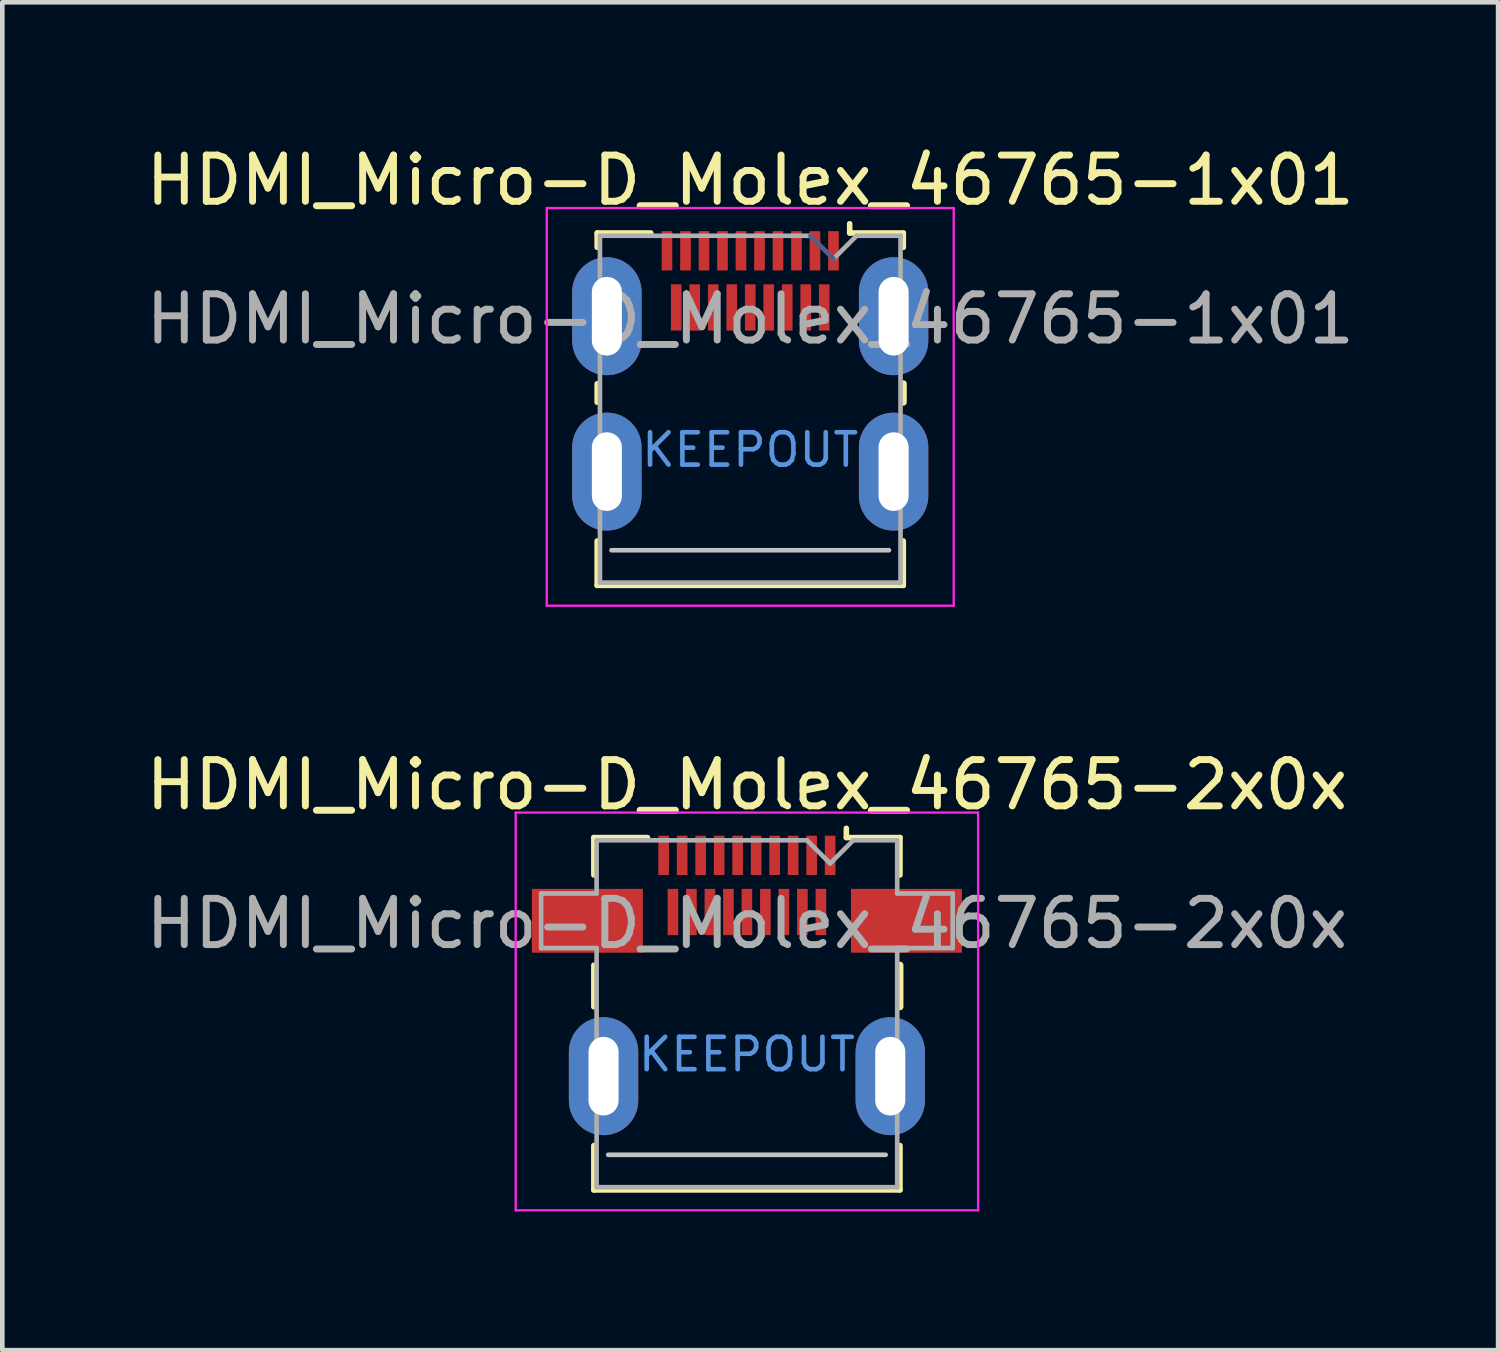
<source format=kicad_pcb>
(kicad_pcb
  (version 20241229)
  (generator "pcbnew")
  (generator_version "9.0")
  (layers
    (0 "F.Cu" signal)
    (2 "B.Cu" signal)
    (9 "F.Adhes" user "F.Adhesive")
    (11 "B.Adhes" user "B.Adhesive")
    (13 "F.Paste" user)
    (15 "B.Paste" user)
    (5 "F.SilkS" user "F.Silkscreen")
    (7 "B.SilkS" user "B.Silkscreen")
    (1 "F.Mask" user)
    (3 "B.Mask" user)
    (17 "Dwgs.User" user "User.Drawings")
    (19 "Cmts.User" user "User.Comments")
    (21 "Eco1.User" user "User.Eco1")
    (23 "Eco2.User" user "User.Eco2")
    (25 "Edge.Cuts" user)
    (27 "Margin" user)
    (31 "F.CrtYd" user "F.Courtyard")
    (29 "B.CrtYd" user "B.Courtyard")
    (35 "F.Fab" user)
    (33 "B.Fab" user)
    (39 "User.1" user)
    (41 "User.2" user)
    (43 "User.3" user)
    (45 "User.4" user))
  (footprint "HDMI_Micro-D_Molex_46765-2x0x"
    (layer "F.Cu")
    (at 13.101 20.221)
    (property "Reference" "HDMI_Micro-D_Molex_46765-2x0x" (at 0 -6.3 0) (layer "F.SilkS") (effects (font (size 1 1) (thickness 0.15))))
    (attr smd)
    (fp_line (start -3.31 -5.16) (end -2.15 -5.16) (stroke (width 0.12) (type solid)) (layer "F.SilkS"))
    (fp_line (start -3.31 -4.35) (end -3.31 -5.16) (stroke (width 0.12) (type solid)) (layer "F.SilkS"))
    (fp_line (start -3.31 -1.5) (end -3.31 -2.4) (stroke (width 0.12) (type solid)) (layer "F.SilkS"))
    (fp_line (start -3.31 2.46) (end -3.31 1.5) (stroke (width 0.12) (type solid)) (layer "F.SilkS"))
    (fp_line (start -3.31 2.46) (end 3.31 2.46) (stroke (width 0.12) (type solid)) (layer "F.SilkS"))
    (fp_line (start 2.15 -5.16) (end 2.15 -5.36) (stroke (width 0.12) (type solid)) (layer "F.SilkS"))
    (fp_line (start 2.15 -5.16) (end 3.31 -5.16) (stroke (width 0.12) (type solid)) (layer "F.SilkS"))
    (fp_line (start 3.31 -5.16) (end 3.31 -4.35) (stroke (width 0.12) (type solid)) (layer "F.SilkS"))
    (fp_line (start 3.31 -2.4) (end 3.31 -1.5) (stroke (width 0.15) (type solid)) (layer "F.SilkS"))
    (fp_line (start 3.31 1.5) (end 3.31 2.46) (stroke (width 0.12) (type solid)) (layer "F.SilkS"))
    (fp_line (start -3 1.7) (end 3 1.7) (stroke (width 0.1) (type solid)) (layer "Dwgs.User"))
    (fp_line (start -5 -5.7) (end -5 2.9) (stroke (width 0.05) (type solid)) (layer "F.CrtYd"))
    (fp_line (start -5 2.9) (end 5 2.9) (stroke (width 0.05) (type solid)) (layer "F.CrtYd"))
    (fp_line (start 5 -5.7) (end -5 -5.7) (stroke (width 0.05) (type solid)) (layer "F.CrtYd"))
    (fp_line (start 5 2.9) (end 5 -5.7) (stroke (width 0.05) (type solid)) (layer "F.CrtYd"))
    (fp_line (start -4.45 -3.95) (end -3.25 -3.95) (stroke (width 0.1) (type solid)) (layer "F.Fab"))
    (fp_line (start -4.45 -2.77) (end -4.45 -3.95) (stroke (width 0.1) (type solid)) (layer "F.Fab"))
    (fp_line (start -3.25 -5.1) (end 1.3 -5.1) (stroke (width 0.1) (type solid)) (layer "F.Fab"))
    (fp_line (start -3.25 -3.95) (end -3.25 -5.1) (stroke (width 0.1) (type solid)) (layer "F.Fab"))
    (fp_line (start -3.25 -2.77) (end -4.45 -2.77) (stroke (width 0.1) (type solid)) (layer "F.Fab"))
    (fp_line (start -3.25 2.4) (end -3.25 -2.77) (stroke (width 0.1) (type solid)) (layer "F.Fab"))
    (fp_line (start 1.8 -4.6) (end 1.3 -5.1) (stroke (width 0.1) (type solid)) (layer "F.Fab"))
    (fp_line (start 1.8 -4.6) (end 2.3 -5.1) (stroke (width 0.1) (type solid)) (layer "F.Fab"))
    (fp_line (start 2.3 -5.1) (end 3.25 -5.1) (stroke (width 0.1) (type solid)) (layer "F.Fab"))
    (fp_line (start 3.25 -5.1) (end 3.25 -3.95) (stroke (width 0.1) (type solid)) (layer "F.Fab"))
    (fp_line (start 3.25 -3.95) (end 4.45 -3.95) (stroke (width 0.1) (type solid)) (layer "F.Fab"))
    (fp_line (start 3.25 -2.77) (end 3.25 2.4) (stroke (width 0.1) (type solid)) (layer "F.Fab"))
    (fp_line (start 3.25 2.4) (end -3.25 2.4) (stroke (width 0.1) (type solid)) (layer "F.Fab"))
    (fp_line (start 4.45 -3.95) (end 4.45 -2.77) (stroke (width 0.1) (type solid)) (layer "F.Fab"))
    (fp_line (start 4.45 -2.77) (end 3.25 -2.77) (stroke (width 0.1) (type solid)) (layer "F.Fab"))
    (fp_text user "KEEPOUT" (at 0 -0.47 0) (layer "Cmts.User") (effects (font (size 0.7 0.7) (thickness 0.1))))
    (fp_text user "${REFERENCE}" (at 0 -3.3 0) (layer "F.Fab") (effects (font (size 1 1) (thickness 0.15))))
    (pad "1" smd rect (at 1.8 -4.775) (size 0.23 0.85) (layers "F.Cu" "F.Mask" "F.Paste"))
    (pad "2" smd rect (at 1.6 -3.55) (size 0.23 1) (layers "F.Cu" "F.Mask" "F.Paste"))
    (pad "3" smd rect (at 1.4 -4.775) (size 0.23 0.85) (layers "F.Cu" "F.Mask" "F.Paste"))
    (pad "4" smd rect (at 1.2 -3.55) (size 0.23 1) (layers "F.Cu" "F.Mask" "F.Paste"))
    (pad "5" smd rect (at 1 -4.775) (size 0.23 0.85) (layers "F.Cu" "F.Mask" "F.Paste"))
    (pad "6" smd rect (at 0.8 -3.55) (size 0.23 1) (layers "F.Cu" "F.Mask" "F.Paste"))
    (pad "7" smd rect (at 0.6 -4.775) (size 0.23 0.85) (layers "F.Cu" "F.Mask" "F.Paste"))
    (pad "8" smd rect (at 0.4 -3.55) (size 0.23 1) (layers "F.Cu" "F.Mask" "F.Paste"))
    (pad "9" smd rect (at 0.2 -4.775) (size 0.23 0.85) (layers "F.Cu" "F.Mask" "F.Paste"))
    (pad "10" smd rect (at 0 -3.55) (size 0.23 1) (layers "F.Cu" "F.Mask" "F.Paste"))
    (pad "11" smd rect (at -0.2 -4.775) (size 0.23 0.85) (layers "F.Cu" "F.Mask" "F.Paste"))
    (pad "12" smd rect (at -0.4 -3.55) (size 0.23 1) (layers "F.Cu" "F.Mask" "F.Paste"))
    (pad "13" smd rect (at -0.6 -4.775) (size 0.23 0.85) (layers "F.Cu" "F.Mask" "F.Paste"))
    (pad "14" smd rect (at -0.8 -3.55) (size 0.23 1) (layers "F.Cu" "F.Mask" "F.Paste"))
    (pad "15" smd rect (at -1 -4.775) (size 0.23 0.85) (layers "F.Cu" "F.Mask" "F.Paste"))
    (pad "16" smd rect (at -1.2 -3.55) (size 0.23 1) (layers "F.Cu" "F.Mask" "F.Paste"))
    (pad "17" smd rect (at -1.4 -4.775) (size 0.23 0.85) (layers "F.Cu" "F.Mask" "F.Paste"))
    (pad "18" smd rect (at -1.6 -3.55) (size 0.23 1) (layers "F.Cu" "F.Mask" "F.Paste"))
    (pad "19" smd rect (at -1.8 -4.775) (size 0.23 0.85) (layers "F.Cu" "F.Mask" "F.Paste"))
    (pad "SH" smd rect (at -3.45 -3.36) (size 2.4 1.38) (layers "F.Cu" "F.Mask" "F.Paste"))
    (pad "SH" thru_hole oval (at -3.1 0) (size 1.5 2.55) (drill oval 0.65 1.7) (layers "*.Cu" "*.Mask"))
    (pad "SH" thru_hole oval (at 3.1 0) (size 1.5 2.55) (drill oval 0.65 1.7) (layers "*.Cu" "*.Mask"))
    (pad "SH" smd rect (at 3.45 -3.36) (size 2.4 1.38) (layers "F.Cu" "F.Mask" "F.Paste"))
    (zone (net_name "") (layer "F.Cu") (hatch full 0.508) (connect_pads) (min_thickness 0.254) (filled_areas_thickness no) (keepout (tracks not_allowed) (vias not_allowed) (pads not_allowed) (copperpour not_allowed) (footprints not_allowed)) (placement (enabled no)) (fill) (polygon (pts (xy 10.751 17.581) (xy 15.451 17.581) (xy 15.451 21.922) (xy 10.751 21.922)))))
  (footprint "HDMI_Micro-D_Molex_46765-1x01"
    (layer "F.Cu")
    (at 13.173 7.148)
    (property "Reference" "HDMI_Micro-D_Molex_46765-1x01" (at 0 -6.3 0) (layer "F.SilkS") (effects (font (size 1 1) (thickness 0.15))))
    (attr smd)
    (fp_line (start -3.31 -5.16) (end -2.15 -5.16) (stroke (width 0.12) (type solid)) (layer "F.SilkS"))
    (fp_line (start -3.31 -4.85) (end -3.31 -5.16) (stroke (width 0.12) (type solid)) (layer "F.SilkS"))
    (fp_line (start -3.31 -1.5) (end -3.31 -1.9) (stroke (width 0.12) (type solid)) (layer "F.SilkS"))
    (fp_line (start -3.31 2.46) (end -3.31 1.5) (stroke (width 0.12) (type solid)) (layer "F.SilkS"))
    (fp_line (start -3.31 2.46) (end 3.31 2.46) (stroke (width 0.12) (type solid)) (layer "F.SilkS"))
    (fp_line (start 2.15 -5.16) (end 2.15 -5.36) (stroke (width 0.12) (type solid)) (layer "F.SilkS"))
    (fp_line (start 2.15 -5.16) (end 3.31 -5.16) (stroke (width 0.12) (type solid)) (layer "F.SilkS"))
    (fp_line (start 3.31 -5.16) (end 3.31 -4.85) (stroke (width 0.12) (type solid)) (layer "F.SilkS"))
    (fp_line (start 3.31 -1.9) (end 3.31 -1.5) (stroke (width 0.15) (type solid)) (layer "F.SilkS"))
    (fp_line (start 3.31 1.5) (end 3.31 2.46) (stroke (width 0.12) (type solid)) (layer "F.SilkS"))
    (fp_line (start -3 1.7) (end 3 1.7) (stroke (width 0.1) (type solid)) (layer "Dwgs.User"))
    (fp_line (start -4.4 -5.7) (end -4.4 2.9) (stroke (width 0.05) (type solid)) (layer "F.CrtYd"))
    (fp_line (start -4.4 2.9) (end 4.4 2.9) (stroke (width 0.05) (type solid)) (layer "F.CrtYd"))
    (fp_line (start 4.4 -5.7) (end -4.4 -5.7) (stroke (width 0.05) (type solid)) (layer "F.CrtYd"))
    (fp_line (start 4.4 2.9) (end 4.4 -5.7) (stroke (width 0.05) (type solid)) (layer "F.CrtYd"))
    (fp_line (start 1.8 -4.6) (end 1.3 -5.1) (stroke (width 0.1) (type solid)) (layer "B.Fab"))
    (fp_line (start -3.25 -5.1) (end 1.3 -5.1) (stroke (width 0.1) (type solid)) (layer "F.Fab"))
    (fp_line (start -3.25 2.4) (end -3.25 -5.1) (stroke (width 0.1) (type solid)) (layer "F.Fab"))
    (fp_line (start 1.8 -4.6) (end 2.3 -5.1) (stroke (width 0.1) (type solid)) (layer "F.Fab"))
    (fp_line (start 2.3 -5.1) (end 3.25 -5.1) (stroke (width 0.1) (type solid)) (layer "F.Fab"))
    (fp_line (start 3.25 -5.1) (end 3.25 2.4) (stroke (width 0.1) (type solid)) (layer "F.Fab"))
    (fp_line (start 3.25 2.4) (end -3.25 2.4) (stroke (width 0.1) (type solid)) (layer "F.Fab"))
    (fp_text user "KEEPOUT" (at 0 -0.47 0) (layer "Cmts.User") (effects (font (size 0.7 0.7) (thickness 0.1))))
    (fp_text user "${REFERENCE}" (at 0 -3.3 0) (layer "F.Fab") (effects (font (size 1 1) (thickness 0.15))))
    (pad "1" smd rect (at 1.8 -4.775) (size 0.23 0.85) (layers "F.Cu" "F.Mask" "F.Paste"))
    (pad "2" smd rect (at 1.6 -3.55) (size 0.23 1) (layers "F.Cu" "F.Mask" "F.Paste"))
    (pad "3" smd rect (at 1.4 -4.775) (size 0.23 0.85) (layers "F.Cu" "F.Mask" "F.Paste"))
    (pad "4" smd rect (at 1.2 -3.55) (size 0.23 1) (layers "F.Cu" "F.Mask" "F.Paste"))
    (pad "5" smd rect (at 1 -4.775) (size 0.23 0.85) (layers "F.Cu" "F.Mask" "F.Paste"))
    (pad "6" smd rect (at 0.8 -3.55) (size 0.23 1) (layers "F.Cu" "F.Mask" "F.Paste"))
    (pad "7" smd rect (at 0.6 -4.775) (size 0.23 0.85) (layers "F.Cu" "F.Mask" "F.Paste"))
    (pad "8" smd rect (at 0.4 -3.55) (size 0.23 1) (layers "F.Cu" "F.Mask" "F.Paste"))
    (pad "9" smd rect (at 0.2 -4.775) (size 0.23 0.85) (layers "F.Cu" "F.Mask" "F.Paste"))
    (pad "10" smd rect (at 0 -3.55) (size 0.23 1) (layers "F.Cu" "F.Mask" "F.Paste"))
    (pad "11" smd rect (at -0.2 -4.775) (size 0.23 0.85) (layers "F.Cu" "F.Mask" "F.Paste"))
    (pad "12" smd rect (at -0.4 -3.55) (size 0.23 1) (layers "F.Cu" "F.Mask" "F.Paste"))
    (pad "13" smd rect (at -0.6 -4.775) (size 0.23 0.85) (layers "F.Cu" "F.Mask" "F.Paste"))
    (pad "14" smd rect (at -0.8 -3.55) (size 0.23 1) (layers "F.Cu" "F.Mask" "F.Paste"))
    (pad "15" smd rect (at -1 -4.775) (size 0.23 0.85) (layers "F.Cu" "F.Mask" "F.Paste"))
    (pad "16" smd rect (at -1.2 -3.55) (size 0.23 1) (layers "F.Cu" "F.Mask" "F.Paste"))
    (pad "17" smd rect (at -1.4 -4.775) (size 0.23 0.85) (layers "F.Cu" "F.Mask" "F.Paste"))
    (pad "18" smd rect (at -1.6 -3.55) (size 0.23 1) (layers "F.Cu" "F.Mask" "F.Paste"))
    (pad "19" smd rect (at -1.8 -4.775) (size 0.23 0.85) (layers "F.Cu" "F.Mask" "F.Paste"))
    (pad "SH" thru_hole oval (at -3.1 -3.36) (size 1.5 2.55) (drill oval 0.65 1.7) (layers "*.Cu" "*.Mask"))
    (pad "SH" thru_hole oval (at -3.1 0) (size 1.5 2.55) (drill oval 0.65 1.7) (layers "*.Cu" "*.Mask"))
    (pad "SH" thru_hole oval (at 3.1 -3.36) (size 1.5 2.55) (drill oval 0.65 1.7) (layers "*.Cu" "*.Mask"))
    (pad "SH" thru_hole oval (at 3.1 0) (size 1.5 2.55) (drill oval 0.65 1.7) (layers "*.Cu" "*.Mask"))
    (zone (net_name "") (layer "F.Cu") (hatch full 0.508) (connect_pads) (min_thickness 0.254) (filled_areas_thickness no) (keepout (tracks not_allowed) (vias not_allowed) (pads not_allowed) (copperpour not_allowed) (footprints not_allowed)) (placement (enabled no)) (fill) (polygon (pts (xy 10.823 4.508) (xy 15.523 4.508) (xy 15.523 8.848) (xy 10.823 8.848)))))
  (gr_rect
    (start -3 -3)
    (end 29.345 26.146)
    (stroke (width 0.1) (type default))
    (fill no)
    (layer "Edge.Cuts")))
</source>
